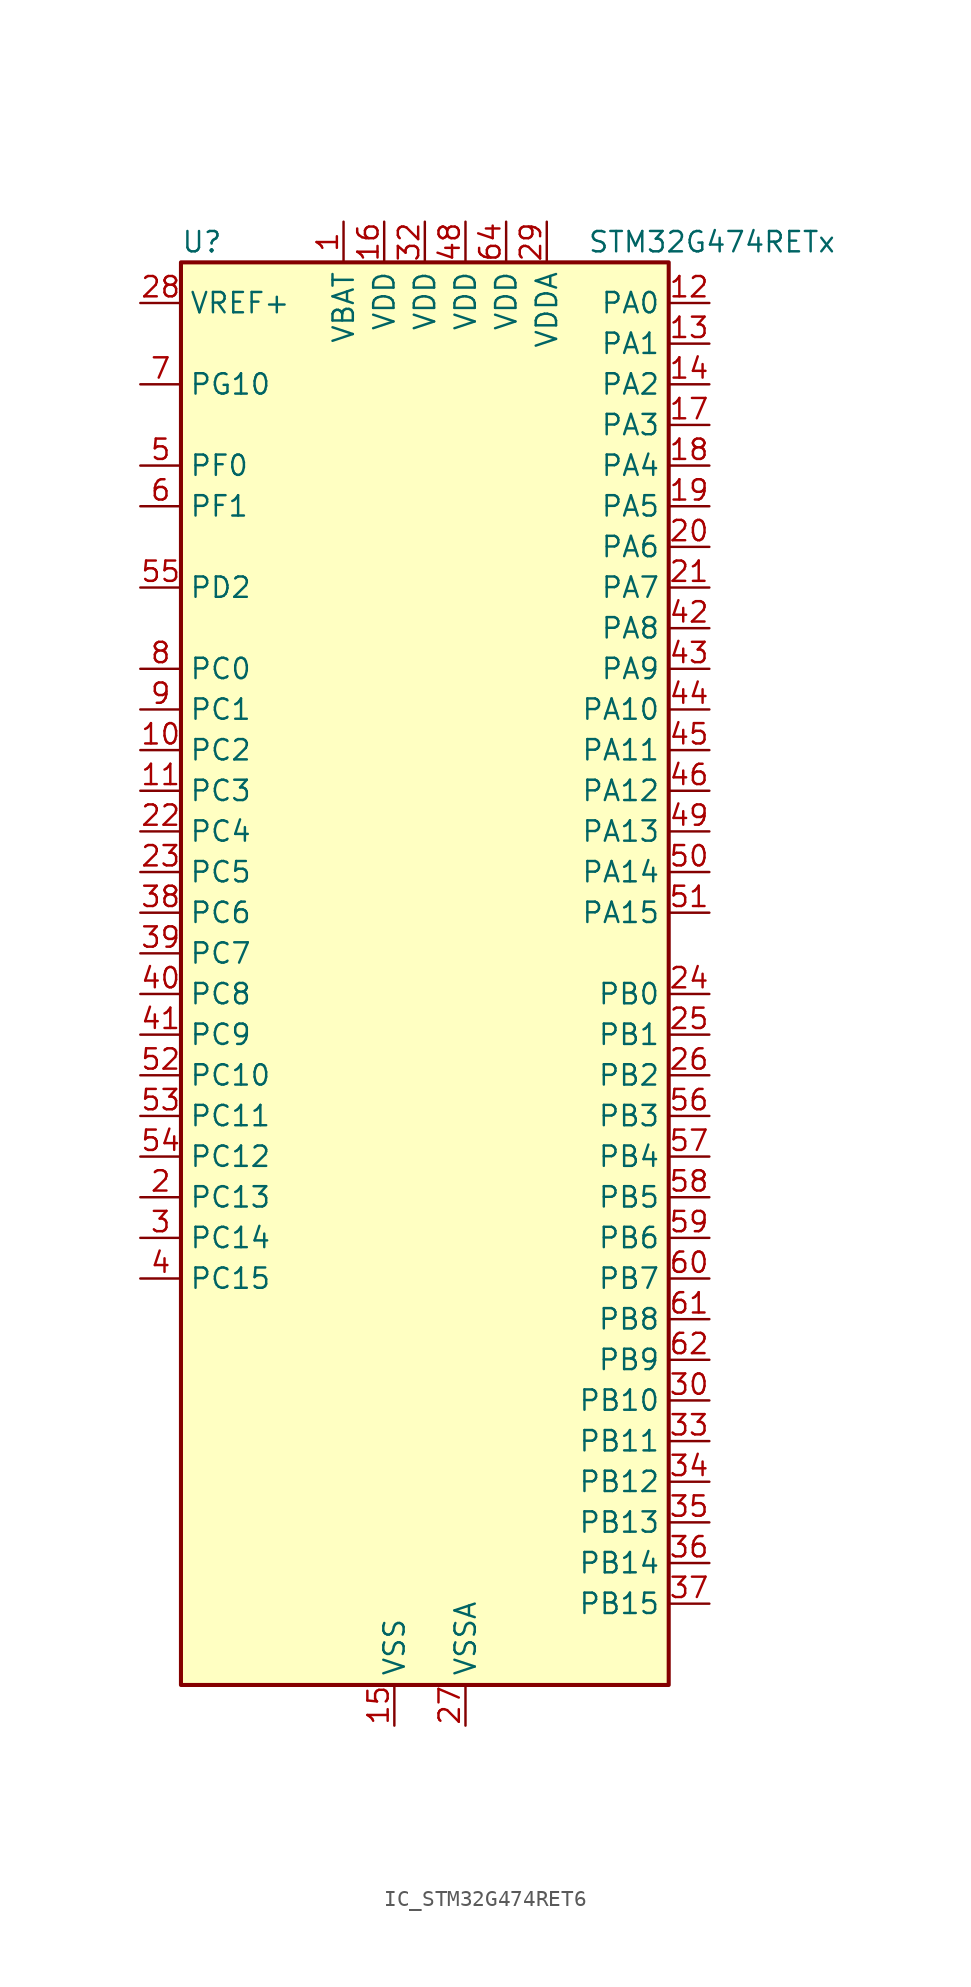
<source format=kicad_sym>
(kicad_symbol_lib
  (version 20220914)
  (generator kicad_symbol_editor)
  (symbol "IC_STM32G474RET6"
    (property "Reference" "U"
      (at -15.24 46.99 0)
      (effects (font (size 1.27 1.27)) (justify left)))
    (property "Value" "STM32G474RETx"
      (at 10.16 46.99 0)
      (effects (font (size 1.27 1.27)) (justify left)))
    (symbol "IC_STM32G474RET6_0_1"
      (rectangle (start -15.24 -43.18) (end 15.24 45.72) (stroke (width 0.254) (type default)) (fill (type background))))
    (symbol "IC_STM32G474RET6_1_1"
      (pin power_in line (at -5.08 48.26 270) (length 2.54) (name "VBAT" (effects (font (size 1.27 1.27)))) (number "1" (effects (font (size 1.27 1.27)))))
      (pin bidirectional line (at -17.78 15.24 0) (length 2.54) (name "PC2" (effects (font (size 1.27 1.27)))) (number "10" (effects (font (size 1.27 1.27)))) (alternate "ADC1_IN8" bidirectional line) (alternate "ADC2_IN8" bidirectional line) (alternate "ADC3_EXTI2" bidirectional line) (alternate "ADC4_EXTI2" bidirectional line) (alternate "ADC5_EXTI2" bidirectional line) (alternate "COMP3_OUT" bidirectional line) (alternate "LPTIM1_IN2" bidirectional line) (alternate "QUADSPI1_BK2_IO1" bidirectional line) (alternate "TIM1_CH3" bidirectional line) (alternate "TIM20_CH2" bidirectional line))
      (pin bidirectional line (at -17.78 12.7 0) (length 2.54) (name "PC3" (effects (font (size 1.27 1.27)))) (number "11" (effects (font (size 1.27 1.27)))) (alternate "ADC1_IN9" bidirectional line) (alternate "ADC2_IN9" bidirectional line) (alternate "ADC3_EXTI3" bidirectional line) (alternate "ADC4_EXTI3" bidirectional line) (alternate "ADC5_EXTI3" bidirectional line) (alternate "LPTIM1_ETR" bidirectional line) (alternate "OPAMP5_VINP" bidirectional line) (alternate "OPAMP5_VINP_SEC" bidirectional line) (alternate "QUADSPI1_BK2_IO2" bidirectional line) (alternate "SAI1_D1" bidirectional line) (alternate "SAI1_SD_A" bidirectional line) (alternate "TIM1_BKIN2" bidirectional line) (alternate "TIM1_CH4" bidirectional line))
      (pin bidirectional line (at 17.78 43.18 180) (length 2.54) (name "PA0" (effects (font (size 1.27 1.27)))) (number "12" (effects (font (size 1.27 1.27)))) (alternate "ADC1_IN1" bidirectional line) (alternate "ADC2_IN1" bidirectional line) (alternate "COMP1_INM" bidirectional line) (alternate "COMP1_OUT" bidirectional line) (alternate "COMP3_INP" bidirectional line) (alternate "RTC_TAMP2" bidirectional line) (alternate "SYS_WKUP1" bidirectional line) (alternate "TIM2_CH1" bidirectional line) (alternate "TIM2_ETR" bidirectional line) (alternate "TIM5_CH1" bidirectional line) (alternate "TIM8_BKIN" bidirectional line) (alternate "TIM8_ETR" bidirectional line) (alternate "USART2_CTS" bidirectional line) (alternate "USART2_NSS" bidirectional line))
      (pin bidirectional line (at 17.78 40.64 180) (length 2.54) (name "PA1" (effects (font (size 1.27 1.27)))) (number "13" (effects (font (size 1.27 1.27)))) (alternate "ADC1_IN2" bidirectional line) (alternate "ADC2_IN2" bidirectional line) (alternate "COMP1_INP" bidirectional line) (alternate "OPAMP1_VINP" bidirectional line) (alternate "OPAMP1_VINP_SEC" bidirectional line) (alternate "OPAMP3_VINP" bidirectional line) (alternate "OPAMP3_VINP_SEC" bidirectional line) (alternate "OPAMP6_VINM" bidirectional line) (alternate "OPAMP6_VINM0" bidirectional line) (alternate "OPAMP6_VINM_SEC" bidirectional line) (alternate "RTC_REFIN" bidirectional line) (alternate "TIM15_CH1N" bidirectional line) (alternate "TIM2_CH2" bidirectional line) (alternate "TIM5_CH2" bidirectional line) (alternate "USART2_DE" bidirectional line) (alternate "USART2_RTS" bidirectional line))
      (pin bidirectional line (at 17.78 38.1 180) (length 2.54) (name "PA2" (effects (font (size 1.27 1.27)))) (number "14" (effects (font (size 1.27 1.27)))) (alternate "ADC1_IN3" bidirectional line) (alternate "ADC3_EXTI2" bidirectional line) (alternate "ADC4_EXTI2" bidirectional line) (alternate "ADC5_EXTI2" bidirectional line) (alternate "COMP2_INM" bidirectional line) (alternate "COMP2_OUT" bidirectional line) (alternate "LPUART1_TX" bidirectional line) (alternate "OPAMP1_VOUT" bidirectional line) (alternate "QUADSPI1_BK1_NCS" bidirectional line) (alternate "RCC_LSCO" bidirectional line) (alternate "SYS_WKUP4" bidirectional line) (alternate "TIM15_CH1" bidirectional line) (alternate "TIM2_CH3" bidirectional line) (alternate "TIM5_CH3" bidirectional line) (alternate "UCPD1_FRSTX1" bidirectional line) (alternate "UCPD1_FRSTX2" bidirectional line) (alternate "USART2_TX" bidirectional line))
      (pin power_in line (at -1.905 -45.72 90) (length 2.54) (name "VSS" (effects (font (size 1.27 1.27)))) (number "15" (effects (font (size 1.27 1.27)))))
      (pin power_in line (at -2.54 48.26 270) (length 2.54) (name "VDD" (effects (font (size 1.27 1.27)))) (number "16" (effects (font (size 1.27 1.27)))))
      (pin bidirectional line (at 17.78 35.56 180) (length 2.54) (name "PA3" (effects (font (size 1.27 1.27)))) (number "17" (effects (font (size 1.27 1.27)))) (alternate "ADC1_IN4" bidirectional line) (alternate "ADC3_EXTI3" bidirectional line) (alternate "ADC4_EXTI3" bidirectional line) (alternate "ADC5_EXTI3" bidirectional line) (alternate "COMP2_INP" bidirectional line) (alternate "LPUART1_RX" bidirectional line) (alternate "OPAMP1_VINM" bidirectional line) (alternate "OPAMP1_VINM0" bidirectional line) (alternate "OPAMP1_VINM_SEC" bidirectional line) (alternate "OPAMP1_VINP" bidirectional line) (alternate "OPAMP1_VINP_SEC" bidirectional line) (alternate "OPAMP5_VINM" bidirectional line) (alternate "OPAMP5_VINM1" bidirectional line) (alternate "OPAMP5_VINM_SEC" bidirectional line) (alternate "QUADSPI1_CLK" bidirectional line) (alternate "SAI1_CK1" bidirectional line) (alternate "SAI1_MCLK_A" bidirectional line) (alternate "TIM15_CH2" bidirectional line) (alternate "TIM2_CH4" bidirectional line) (alternate "TIM5_CH4" bidirectional line) (alternate "USART2_RX" bidirectional line))
      (pin bidirectional line (at 17.78 33.02 180) (length 2.54) (name "PA4" (effects (font (size 1.27 1.27)))) (number "18" (effects (font (size 1.27 1.27)))) (alternate "ADC2_IN17" bidirectional line) (alternate "COMP1_INM" bidirectional line) (alternate "DAC1_OUT1" bidirectional line) (alternate "I2S3_WS" bidirectional line) (alternate "SAI1_FS_B" bidirectional line) (alternate "SPI1_NSS" bidirectional line) (alternate "SPI3_NSS" bidirectional line) (alternate "TIM3_CH2" bidirectional line) (alternate "USART2_CK" bidirectional line))
      (pin bidirectional line (at 17.78 30.48 180) (length 2.54) (name "PA5" (effects (font (size 1.27 1.27)))) (number "19" (effects (font (size 1.27 1.27)))) (alternate "ADC2_IN13" bidirectional line) (alternate "COMP2_INM" bidirectional line) (alternate "DAC1_OUT2" bidirectional line) (alternate "OPAMP2_VINM" bidirectional line) (alternate "OPAMP2_VINM0" bidirectional line) (alternate "OPAMP2_VINM_SEC" bidirectional line) (alternate "SPI1_SCK" bidirectional line) (alternate "TIM2_CH1" bidirectional line) (alternate "TIM2_ETR" bidirectional line) (alternate "UCPD1_FRSTX1" bidirectional line) (alternate "UCPD1_FRSTX2" bidirectional line))
      (pin bidirectional line (at -17.78 -12.7 0) (length 2.54) (name "PC13" (effects (font (size 1.27 1.27)))) (number "2" (effects (font (size 1.27 1.27)))) (alternate "RTC_OUT1" bidirectional line) (alternate "RTC_TAMP1" bidirectional line) (alternate "RTC_TS" bidirectional line) (alternate "SYS_WKUP2" bidirectional line) (alternate "TIM1_BKIN" bidirectional line) (alternate "TIM1_CH1N" bidirectional line) (alternate "TIM8_CH4N" bidirectional line))
      (pin bidirectional line (at 17.78 27.94 180) (length 2.54) (name "PA6" (effects (font (size 1.27 1.27)))) (number "20" (effects (font (size 1.27 1.27)))) (alternate "ADC2_IN3" bidirectional line) (alternate "COMP1_OUT" bidirectional line) (alternate "DAC2_OUT1" bidirectional line) (alternate "LPUART1_CTS" bidirectional line) (alternate "OPAMP2_VOUT" bidirectional line) (alternate "QUADSPI1_BK1_IO3" bidirectional line) (alternate "SPI1_MISO" bidirectional line) (alternate "TIM16_CH1" bidirectional line) (alternate "TIM1_BKIN" bidirectional line) (alternate "TIM3_CH1" bidirectional line) (alternate "TIM8_BKIN" bidirectional line))
      (pin bidirectional line (at 17.78 25.4 180) (length 2.54) (name "PA7" (effects (font (size 1.27 1.27)))) (number "21" (effects (font (size 1.27 1.27)))) (alternate "ADC2_IN4" bidirectional line) (alternate "COMP2_INP" bidirectional line) (alternate "COMP2_OUT" bidirectional line) (alternate "OPAMP1_VINP" bidirectional line) (alternate "OPAMP1_VINP_SEC" bidirectional line) (alternate "OPAMP2_VINP" bidirectional line) (alternate "OPAMP2_VINP_SEC" bidirectional line) (alternate "QUADSPI1_BK1_IO2" bidirectional line) (alternate "SPI1_MOSI" bidirectional line) (alternate "TIM17_CH1" bidirectional line) (alternate "TIM1_CH1N" bidirectional line) (alternate "TIM3_CH2" bidirectional line) (alternate "TIM8_CH1N" bidirectional line) (alternate "UCPD1_FRSTX1" bidirectional line) (alternate "UCPD1_FRSTX2" bidirectional line))
      (pin bidirectional line (at -17.78 10.16 0) (length 2.54) (name "PC4" (effects (font (size 1.27 1.27)))) (number "22" (effects (font (size 1.27 1.27)))) (alternate "ADC2_IN5" bidirectional line) (alternate "I2C2_SCL" bidirectional line) (alternate "QUADSPI1_BK2_IO3" bidirectional line) (alternate "TIM1_ETR" bidirectional line) (alternate "USART1_TX" bidirectional line))
      (pin bidirectional line (at -17.78 7.62 0) (length 2.54) (name "PC5" (effects (font (size 1.27 1.27)))) (number "23" (effects (font (size 1.27 1.27)))) (alternate "ADC2_IN11" bidirectional line) (alternate "HRTIM1_EEV10" bidirectional line) (alternate "OPAMP1_VINM" bidirectional line) (alternate "OPAMP1_VINM1" bidirectional line) (alternate "OPAMP1_VINM_SEC" bidirectional line) (alternate "OPAMP2_VINM" bidirectional line) (alternate "OPAMP2_VINM1" bidirectional line) (alternate "OPAMP2_VINM_SEC" bidirectional line) (alternate "SAI1_D3" bidirectional line) (alternate "SYS_WKUP5" bidirectional line) (alternate "TIM15_BKIN" bidirectional line) (alternate "TIM1_CH4N" bidirectional line) (alternate "USART1_RX" bidirectional line))
      (pin bidirectional line (at 17.78 0 180) (length 2.54) (name "PB0" (effects (font (size 1.27 1.27)))) (number "24" (effects (font (size 1.27 1.27)))) (alternate "ADC1_IN15" bidirectional line) (alternate "ADC3_IN12" bidirectional line) (alternate "COMP4_INP" bidirectional line) (alternate "HRTIM1_FLT5" bidirectional line) (alternate "OPAMP2_VINP" bidirectional line) (alternate "OPAMP2_VINP_SEC" bidirectional line) (alternate "OPAMP3_VINP" bidirectional line) (alternate "OPAMP3_VINP_SEC" bidirectional line) (alternate "QUADSPI1_BK1_IO1" bidirectional line) (alternate "TIM1_CH2N" bidirectional line) (alternate "TIM3_CH3" bidirectional line) (alternate "TIM8_CH2N" bidirectional line) (alternate "UCPD1_FRSTX1" bidirectional line) (alternate "UCPD1_FRSTX2" bidirectional line))
      (pin bidirectional line (at 17.78 -2.54 180) (length 2.54) (name "PB1" (effects (font (size 1.27 1.27)))) (number "25" (effects (font (size 1.27 1.27)))) (alternate "ADC1_IN12" bidirectional line) (alternate "ADC3_IN1" bidirectional line) (alternate "COMP1_INP" bidirectional line) (alternate "COMP4_OUT" bidirectional line) (alternate "HRTIM1_SCOUT" bidirectional line) (alternate "LPUART1_DE" bidirectional line) (alternate "LPUART1_RTS" bidirectional line) (alternate "OPAMP3_VOUT" bidirectional line) (alternate "OPAMP6_VINM" bidirectional line) (alternate "OPAMP6_VINM1" bidirectional line) (alternate "OPAMP6_VINM_SEC" bidirectional line) (alternate "QUADSPI1_BK1_IO0" bidirectional line) (alternate "TIM1_CH3N" bidirectional line) (alternate "TIM3_CH4" bidirectional line) (alternate "TIM8_CH3N" bidirectional line))
      (pin bidirectional line (at 17.78 -5.08 180) (length 2.54) (name "PB2" (effects (font (size 1.27 1.27)))) (number "26" (effects (font (size 1.27 1.27)))) (alternate "ADC2_IN12" bidirectional line) (alternate "ADC3_EXTI2" bidirectional line) (alternate "ADC4_EXTI2" bidirectional line) (alternate "ADC5_EXTI2" bidirectional line) (alternate "COMP4_INM" bidirectional line) (alternate "HRTIM1_SCIN" bidirectional line) (alternate "I2C3_SMBA" bidirectional line) (alternate "LPTIM1_OUT" bidirectional line) (alternate "OPAMP3_VINM" bidirectional line) (alternate "OPAMP3_VINM0" bidirectional line) (alternate "OPAMP3_VINM_SEC" bidirectional line) (alternate "QUADSPI1_BK2_IO1" bidirectional line) (alternate "RTC_OUT2" bidirectional line) (alternate "TIM20_CH1" bidirectional line) (alternate "TIM5_CH1" bidirectional line))
      (pin power_in line (at 2.54 -45.72 90) (length 2.54) (name "VSSA" (effects (font (size 1.27 1.27)))) (number "27" (effects (font (size 1.27 1.27)))))
      (pin input line (at -17.78 43.18 0) (length 2.54) (name "VREF+" (effects (font (size 1.27 1.27)))) (number "28" (effects (font (size 1.27 1.27)))) (alternate "VREFBUF_OUT" bidirectional line))
      (pin power_in line (at 7.62 48.26 270) (length 2.54) (name "VDDA" (effects (font (size 1.27 1.27)))) (number "29" (effects (font (size 1.27 1.27)))))
      (pin bidirectional line (at -17.78 -15.24 0) (length 2.54) (name "PC14" (effects (font (size 1.27 1.27)))) (number "3" (effects (font (size 1.27 1.27)))) (alternate "RCC_OSC32_IN" bidirectional line))
      (pin bidirectional line (at 17.78 -25.4 180) (length 2.54) (name "PB10" (effects (font (size 1.27 1.27)))) (number "30" (effects (font (size 1.27 1.27)))) (alternate "COMP5_INM" bidirectional line) (alternate "DAC1_EXTI10" bidirectional line) (alternate "DAC2_EXTI10" bidirectional line) (alternate "DAC3_EXTI10" bidirectional line) (alternate "DAC4_EXTI10" bidirectional line) (alternate "HRTIM1_FLT3" bidirectional line) (alternate "LPUART1_RX" bidirectional line) (alternate "OPAMP3_VINM" bidirectional line) (alternate "OPAMP3_VINM1" bidirectional line) (alternate "OPAMP3_VINM_SEC" bidirectional line) (alternate "OPAMP4_VINM" bidirectional line) (alternate "OPAMP4_VINM0" bidirectional line) (alternate "OPAMP4_VINM_SEC" bidirectional line) (alternate "QUADSPI1_CLK" bidirectional line) (alternate "SAI1_SCK_A" bidirectional line) (alternate "TIM1_BKIN" bidirectional line) (alternate "TIM2_CH3" bidirectional line) (alternate "USART3_TX" bidirectional line))
      (pin passive line (at -1.905 -45.72 90) (length 2.54) hide (name "VSS" (effects (font (size 1.27 1.27)))) (number "31" (effects (font (size 1.27 1.27)))))
      (pin power_in line (at 0 48.26 270) (length 2.54) (name "VDD" (effects (font (size 1.27 1.27)))) (number "32" (effects (font (size 1.27 1.27)))))
      (pin bidirectional line (at 17.78 -27.94 180) (length 2.54) (name "PB11" (effects (font (size 1.27 1.27)))) (number "33" (effects (font (size 1.27 1.27)))) (alternate "ADC1_EXTI11" bidirectional line) (alternate "ADC1_IN14" bidirectional line) (alternate "ADC2_EXTI11" bidirectional line) (alternate "ADC2_IN14" bidirectional line) (alternate "COMP6_INP" bidirectional line) (alternate "HRTIM1_FLT4" bidirectional line) (alternate "LPUART1_TX" bidirectional line) (alternate "OPAMP4_VINP" bidirectional line) (alternate "OPAMP4_VINP_SEC" bidirectional line) (alternate "OPAMP6_VOUT" bidirectional line) (alternate "QUADSPI1_BK1_NCS" bidirectional line) (alternate "TIM2_CH4" bidirectional line) (alternate "USART3_RX" bidirectional line))
      (pin bidirectional line (at 17.78 -30.48 180) (length 2.54) (name "PB12" (effects (font (size 1.27 1.27)))) (number "34" (effects (font (size 1.27 1.27)))) (alternate "ADC1_IN11" bidirectional line) (alternate "ADC4_IN3" bidirectional line) (alternate "COMP7_INM" bidirectional line) (alternate "FDCAN2_RX" bidirectional line) (alternate "HRTIM1_CHC1" bidirectional line) (alternate "I2C2_SMBA" bidirectional line) (alternate "I2S2_WS" bidirectional line) (alternate "LPUART1_DE" bidirectional line) (alternate "LPUART1_RTS" bidirectional line) (alternate "OPAMP4_VOUT" bidirectional line) (alternate "OPAMP6_VINP" bidirectional line) (alternate "OPAMP6_VINP_SEC" bidirectional line) (alternate "SPI2_NSS" bidirectional line) (alternate "TIM1_BKIN" bidirectional line) (alternate "TIM5_ETR" bidirectional line) (alternate "USART3_CK" bidirectional line))
      (pin bidirectional line (at 17.78 -33.02 180) (length 2.54) (name "PB13" (effects (font (size 1.27 1.27)))) (number "35" (effects (font (size 1.27 1.27)))) (alternate "ADC3_IN5" bidirectional line) (alternate "COMP5_INP" bidirectional line) (alternate "FDCAN2_TX" bidirectional line) (alternate "HRTIM1_CHC2" bidirectional line) (alternate "I2S2_CK" bidirectional line) (alternate "LPUART1_CTS" bidirectional line) (alternate "OPAMP3_VINP" bidirectional line) (alternate "OPAMP3_VINP_SEC" bidirectional line) (alternate "OPAMP4_VINP" bidirectional line) (alternate "OPAMP4_VINP_SEC" bidirectional line) (alternate "OPAMP6_VINP" bidirectional line) (alternate "OPAMP6_VINP_SEC" bidirectional line) (alternate "SPI2_SCK" bidirectional line) (alternate "TIM1_CH1N" bidirectional line) (alternate "USART3_CTS" bidirectional line) (alternate "USART3_NSS" bidirectional line))
      (pin bidirectional line (at 17.78 -35.56 180) (length 2.54) (name "PB14" (effects (font (size 1.27 1.27)))) (number "36" (effects (font (size 1.27 1.27)))) (alternate "ADC1_IN5" bidirectional line) (alternate "ADC4_IN4" bidirectional line) (alternate "COMP4_OUT" bidirectional line) (alternate "COMP7_INP" bidirectional line) (alternate "HRTIM1_CHD1" bidirectional line) (alternate "OPAMP2_VINP" bidirectional line) (alternate "OPAMP2_VINP_SEC" bidirectional line) (alternate "OPAMP5_VINP" bidirectional line) (alternate "OPAMP5_VINP_SEC" bidirectional line) (alternate "SPI2_MISO" bidirectional line) (alternate "TIM15_CH1" bidirectional line) (alternate "TIM1_CH2N" bidirectional line) (alternate "USART3_DE" bidirectional line) (alternate "USART3_RTS" bidirectional line))
      (pin bidirectional line (at 17.78 -38.1 180) (length 2.54) (name "PB15" (effects (font (size 1.27 1.27)))) (number "37" (effects (font (size 1.27 1.27)))) (alternate "ADC1_EXTI15" bidirectional line) (alternate "ADC2_EXTI15" bidirectional line) (alternate "ADC2_IN15" bidirectional line) (alternate "ADC4_IN5" bidirectional line) (alternate "COMP3_OUT" bidirectional line) (alternate "COMP6_INM" bidirectional line) (alternate "HRTIM1_CHD2" bidirectional line) (alternate "I2S2_SD" bidirectional line) (alternate "OPAMP5_VINM" bidirectional line) (alternate "OPAMP5_VINM0" bidirectional line) (alternate "OPAMP5_VINM_SEC" bidirectional line) (alternate "RTC_REFIN" bidirectional line) (alternate "SPI2_MOSI" bidirectional line) (alternate "TIM15_CH1N" bidirectional line) (alternate "TIM15_CH2" bidirectional line) (alternate "TIM1_CH3N" bidirectional line))
      (pin bidirectional line (at -17.78 5.08 0) (length 2.54) (name "PC6" (effects (font (size 1.27 1.27)))) (number "38" (effects (font (size 1.27 1.27)))) (alternate "COMP6_OUT" bidirectional line) (alternate "HRTIM1_CHF1" bidirectional line) (alternate "HRTIM1_EEV10" bidirectional line) (alternate "I2C4_SCL" bidirectional line) (alternate "I2S2_MCK" bidirectional line) (alternate "TIM3_CH1" bidirectional line) (alternate "TIM8_CH1" bidirectional line))
      (pin bidirectional line (at -17.78 2.54 0) (length 2.54) (name "PC7" (effects (font (size 1.27 1.27)))) (number "39" (effects (font (size 1.27 1.27)))) (alternate "COMP5_OUT" bidirectional line) (alternate "HRTIM1_CHF2" bidirectional line) (alternate "HRTIM1_FLT5" bidirectional line) (alternate "I2C4_SDA" bidirectional line) (alternate "I2S3_MCK" bidirectional line) (alternate "TIM3_CH2" bidirectional line) (alternate "TIM8_CH2" bidirectional line))
      (pin bidirectional line (at -17.78 -17.78 0) (length 2.54) (name "PC15" (effects (font (size 1.27 1.27)))) (number "4" (effects (font (size 1.27 1.27)))) (alternate "ADC1_EXTI15" bidirectional line) (alternate "ADC2_EXTI15" bidirectional line) (alternate "RCC_OSC32_OUT" bidirectional line))
      (pin bidirectional line (at -17.78 0 0) (length 2.54) (name "PC8" (effects (font (size 1.27 1.27)))) (number "40" (effects (font (size 1.27 1.27)))) (alternate "COMP7_OUT" bidirectional line) (alternate "HRTIM1_CHE1" bidirectional line) (alternate "I2C3_SCL" bidirectional line) (alternate "TIM20_CH3" bidirectional line) (alternate "TIM3_CH3" bidirectional line) (alternate "TIM8_CH3" bidirectional line))
      (pin bidirectional line (at -17.78 -2.54 0) (length 2.54) (name "PC9" (effects (font (size 1.27 1.27)))) (number "41" (effects (font (size 1.27 1.27)))) (alternate "DAC1_EXTI9" bidirectional line) (alternate "DAC2_EXTI9" bidirectional line) (alternate "DAC3_EXTI9" bidirectional line) (alternate "DAC4_EXTI9" bidirectional line) (alternate "HRTIM1_CHE2" bidirectional line) (alternate "I2C3_SDA" bidirectional line) (alternate "I2S_CKIN" bidirectional line) (alternate "TIM3_CH4" bidirectional line) (alternate "TIM8_BKIN2" bidirectional line) (alternate "TIM8_CH4" bidirectional line))
      (pin bidirectional line (at 17.78 22.86 180) (length 2.54) (name "PA8" (effects (font (size 1.27 1.27)))) (number "42" (effects (font (size 1.27 1.27)))) (alternate "ADC5_IN1" bidirectional line) (alternate "COMP7_OUT" bidirectional line) (alternate "FDCAN3_RX" bidirectional line) (alternate "HRTIM1_CHA1" bidirectional line) (alternate "I2C2_SDA" bidirectional line) (alternate "I2C3_SCL" bidirectional line) (alternate "I2S2_MCK" bidirectional line) (alternate "OPAMP5_VOUT" bidirectional line) (alternate "RCC_MCO" bidirectional line) (alternate "SAI1_CK2" bidirectional line) (alternate "SAI1_SCK_A" bidirectional line) (alternate "TIM1_CH1" bidirectional line) (alternate "TIM4_ETR" bidirectional line) (alternate "USART1_CK" bidirectional line))
      (pin bidirectional line (at 17.78 20.32 180) (length 2.54) (name "PA9" (effects (font (size 1.27 1.27)))) (number "43" (effects (font (size 1.27 1.27)))) (alternate "ADC5_IN2" bidirectional line) (alternate "COMP5_OUT" bidirectional line) (alternate "DAC1_EXTI9" bidirectional line) (alternate "DAC2_EXTI9" bidirectional line) (alternate "DAC3_EXTI9" bidirectional line) (alternate "DAC4_EXTI9" bidirectional line) (alternate "HRTIM1_CHA2" bidirectional line) (alternate "I2C2_SCL" bidirectional line) (alternate "I2C3_SMBA" bidirectional line) (alternate "I2S3_MCK" bidirectional line) (alternate "SAI1_FS_A" bidirectional line) (alternate "TIM15_BKIN" bidirectional line) (alternate "TIM1_CH2" bidirectional line) (alternate "TIM2_CH3" bidirectional line) (alternate "UCPD1_DBCC1" bidirectional line) (alternate "USART1_TX" bidirectional line))
      (pin bidirectional line (at 17.78 17.78 180) (length 2.54) (name "PA10" (effects (font (size 1.27 1.27)))) (number "44" (effects (font (size 1.27 1.27)))) (alternate "COMP6_OUT" bidirectional line) (alternate "CRS_SYNC" bidirectional line) (alternate "DAC1_EXTI10" bidirectional line) (alternate "DAC2_EXTI10" bidirectional line) (alternate "DAC3_EXTI10" bidirectional line) (alternate "DAC4_EXTI10" bidirectional line) (alternate "HRTIM1_CHB1" bidirectional line) (alternate "I2C2_SMBA" bidirectional line) (alternate "SAI1_D1" bidirectional line) (alternate "SAI1_SD_A" bidirectional line) (alternate "SPI2_MISO" bidirectional line) (alternate "TIM17_BKIN" bidirectional line) (alternate "TIM1_CH3" bidirectional line) (alternate "TIM2_CH4" bidirectional line) (alternate "TIM8_BKIN" bidirectional line) (alternate "UCPD1_DBCC2" bidirectional line) (alternate "USART1_RX" bidirectional line))
      (pin bidirectional line (at 17.78 15.24 180) (length 2.54) (name "PA11" (effects (font (size 1.27 1.27)))) (number "45" (effects (font (size 1.27 1.27)))) (alternate "ADC1_EXTI11" bidirectional line) (alternate "ADC2_EXTI11" bidirectional line) (alternate "COMP1_OUT" bidirectional line) (alternate "FDCAN1_RX" bidirectional line) (alternate "HRTIM1_CHB2" bidirectional line) (alternate "I2S2_SD" bidirectional line) (alternate "SPI2_MOSI" bidirectional line) (alternate "TIM1_BKIN2" bidirectional line) (alternate "TIM1_CH1N" bidirectional line) (alternate "TIM1_CH4" bidirectional line) (alternate "TIM4_CH1" bidirectional line) (alternate "USART1_CTS" bidirectional line) (alternate "USART1_NSS" bidirectional line) (alternate "USB_DM" bidirectional line))
      (pin bidirectional line (at 17.78 12.7 180) (length 2.54) (name "PA12" (effects (font (size 1.27 1.27)))) (number "46" (effects (font (size 1.27 1.27)))) (alternate "COMP2_OUT" bidirectional line) (alternate "FDCAN1_TX" bidirectional line) (alternate "HRTIM1_FLT1" bidirectional line) (alternate "I2S_CKIN" bidirectional line) (alternate "TIM16_CH1" bidirectional line) (alternate "TIM1_CH2N" bidirectional line) (alternate "TIM1_ETR" bidirectional line) (alternate "TIM4_CH2" bidirectional line) (alternate "USART1_DE" bidirectional line) (alternate "USART1_RTS" bidirectional line) (alternate "USB_DP" bidirectional line))
      (pin passive line (at -1.905 -45.72 90) (length 2.54) hide (name "VSS" (effects (font (size 1.27 1.27)))) (number "47" (effects (font (size 1.27 1.27)))))
      (pin power_in line (at 2.54 48.26 270) (length 2.54) (name "VDD" (effects (font (size 1.27 1.27)))) (number "48" (effects (font (size 1.27 1.27)))))
      (pin bidirectional line (at 17.78 10.16 180) (length 2.54) (name "PA13" (effects (font (size 1.27 1.27)))) (number "49" (effects (font (size 1.27 1.27)))) (alternate "I2C1_SCL" bidirectional line) (alternate "I2C4_SCL" bidirectional line) (alternate "IR_OUT" bidirectional line) (alternate "SAI1_SD_B" bidirectional line) (alternate "SYS_JTMS-SWDIO" bidirectional line) (alternate "TIM16_CH1N" bidirectional line) (alternate "TIM4_CH3" bidirectional line) (alternate "USART3_CTS" bidirectional line) (alternate "USART3_NSS" bidirectional line))
      (pin bidirectional line (at -17.78 33.02 0) (length 2.54) (name "PF0" (effects (font (size 1.27 1.27)))) (number "5" (effects (font (size 1.27 1.27)))) (alternate "ADC1_IN10" bidirectional line) (alternate "I2C2_SDA" bidirectional line) (alternate "I2S2_WS" bidirectional line) (alternate "RCC_OSC_IN" bidirectional line) (alternate "SPI2_NSS" bidirectional line) (alternate "TIM1_CH3N" bidirectional line))
      (pin bidirectional line (at 17.78 7.62 180) (length 2.54) (name "PA14" (effects (font (size 1.27 1.27)))) (number "50" (effects (font (size 1.27 1.27)))) (alternate "I2C1_SDA" bidirectional line) (alternate "I2C4_SMBA" bidirectional line) (alternate "LPTIM1_OUT" bidirectional line) (alternate "SAI1_FS_B" bidirectional line) (alternate "SYS_JTCK-SWCLK" bidirectional line) (alternate "TIM1_BKIN" bidirectional line) (alternate "TIM8_CH2" bidirectional line) (alternate "USART2_TX" bidirectional line))
      (pin bidirectional line (at 17.78 5.08 180) (length 2.54) (name "PA15" (effects (font (size 1.27 1.27)))) (number "51" (effects (font (size 1.27 1.27)))) (alternate "ADC1_EXTI15" bidirectional line) (alternate "ADC2_EXTI15" bidirectional line) (alternate "FDCAN3_TX" bidirectional line) (alternate "HRTIM1_FLT2" bidirectional line) (alternate "I2C1_SCL" bidirectional line) (alternate "I2S3_WS" bidirectional line) (alternate "SPI1_NSS" bidirectional line) (alternate "SPI3_NSS" bidirectional line) (alternate "SYS_JTDI" bidirectional line) (alternate "TIM1_BKIN" bidirectional line) (alternate "TIM2_CH1" bidirectional line) (alternate "TIM2_ETR" bidirectional line) (alternate "TIM8_CH1" bidirectional line) (alternate "UART4_DE" bidirectional line) (alternate "UART4_RTS" bidirectional line) (alternate "USART2_RX" bidirectional line))
      (pin bidirectional line (at -17.78 -5.08 0) (length 2.54) (name "PC10" (effects (font (size 1.27 1.27)))) (number "52" (effects (font (size 1.27 1.27)))) (alternate "DAC1_EXTI10" bidirectional line) (alternate "DAC2_EXTI10" bidirectional line) (alternate "DAC3_EXTI10" bidirectional line) (alternate "DAC4_EXTI10" bidirectional line) (alternate "HRTIM1_FLT6" bidirectional line) (alternate "I2S3_CK" bidirectional line) (alternate "SPI3_SCK" bidirectional line) (alternate "TIM8_CH1N" bidirectional line) (alternate "UART4_TX" bidirectional line) (alternate "USART3_TX" bidirectional line))
      (pin bidirectional line (at -17.78 -7.62 0) (length 2.54) (name "PC11" (effects (font (size 1.27 1.27)))) (number "53" (effects (font (size 1.27 1.27)))) (alternate "ADC1_EXTI11" bidirectional line) (alternate "ADC2_EXTI11" bidirectional line) (alternate "HRTIM1_EEV2" bidirectional line) (alternate "I2C3_SDA" bidirectional line) (alternate "SPI3_MISO" bidirectional line) (alternate "TIM8_CH2N" bidirectional line) (alternate "UART4_RX" bidirectional line) (alternate "USART3_RX" bidirectional line))
      (pin bidirectional line (at -17.78 -10.16 0) (length 2.54) (name "PC12" (effects (font (size 1.27 1.27)))) (number "54" (effects (font (size 1.27 1.27)))) (alternate "HRTIM1_EEV1" bidirectional line) (alternate "I2S3_SD" bidirectional line) (alternate "SPI3_MOSI" bidirectional line) (alternate "TIM5_CH2" bidirectional line) (alternate "TIM8_CH3N" bidirectional line) (alternate "UART5_TX" bidirectional line) (alternate "UCPD1_FRSTX1" bidirectional line) (alternate "UCPD1_FRSTX2" bidirectional line) (alternate "USART3_CK" bidirectional line))
      (pin bidirectional line (at -17.78 25.4 0) (length 2.54) (name "PD2" (effects (font (size 1.27 1.27)))) (number "55" (effects (font (size 1.27 1.27)))) (alternate "ADC3_EXTI2" bidirectional line) (alternate "ADC4_EXTI2" bidirectional line) (alternate "ADC5_EXTI2" bidirectional line) (alternate "TIM3_ETR" bidirectional line) (alternate "TIM8_BKIN" bidirectional line) (alternate "UART5_RX" bidirectional line))
      (pin bidirectional line (at 17.78 -7.62 180) (length 2.54) (name "PB3" (effects (font (size 1.27 1.27)))) (number "56" (effects (font (size 1.27 1.27)))) (alternate "ADC3_EXTI3" bidirectional line) (alternate "ADC4_EXTI3" bidirectional line) (alternate "ADC5_EXTI3" bidirectional line) (alternate "CRS_SYNC" bidirectional line) (alternate "FDCAN3_RX" bidirectional line) (alternate "HRTIM1_EEV9" bidirectional line) (alternate "HRTIM1_SCOUT" bidirectional line) (alternate "I2S3_CK" bidirectional line) (alternate "SAI1_SCK_B" bidirectional line) (alternate "SPI1_SCK" bidirectional line) (alternate "SPI3_SCK" bidirectional line) (alternate "SYS_JTDO-SWO" bidirectional line) (alternate "TIM2_CH2" bidirectional line) (alternate "TIM3_ETR" bidirectional line) (alternate "TIM4_ETR" bidirectional line) (alternate "TIM8_CH1N" bidirectional line) (alternate "USART2_TX" bidirectional line))
      (pin bidirectional line (at 17.78 -10.16 180) (length 2.54) (name "PB4" (effects (font (size 1.27 1.27)))) (number "57" (effects (font (size 1.27 1.27)))) (alternate "FDCAN3_TX" bidirectional line) (alternate "HRTIM1_EEV7" bidirectional line) (alternate "SAI1_MCLK_B" bidirectional line) (alternate "SPI1_MISO" bidirectional line) (alternate "SPI3_MISO" bidirectional line) (alternate "SYS_JTRST" bidirectional line) (alternate "TIM16_CH1" bidirectional line) (alternate "TIM17_BKIN" bidirectional line) (alternate "TIM3_CH1" bidirectional line) (alternate "TIM8_CH2N" bidirectional line) (alternate "UART5_DE" bidirectional line) (alternate "UART5_RTS" bidirectional line) (alternate "UCPD1_CC2" bidirectional line) (alternate "USART2_RX" bidirectional line))
      (pin bidirectional line (at 17.78 -12.7 180) (length 2.54) (name "PB5" (effects (font (size 1.27 1.27)))) (number "58" (effects (font (size 1.27 1.27)))) (alternate "FDCAN2_RX" bidirectional line) (alternate "HRTIM1_EEV6" bidirectional line) (alternate "I2C1_SMBA" bidirectional line) (alternate "I2C3_SDA" bidirectional line) (alternate "I2S3_SD" bidirectional line) (alternate "LPTIM1_IN1" bidirectional line) (alternate "SAI1_SD_B" bidirectional line) (alternate "SPI1_MOSI" bidirectional line) (alternate "SPI3_MOSI" bidirectional line) (alternate "TIM16_BKIN" bidirectional line) (alternate "TIM17_CH1" bidirectional line) (alternate "TIM3_CH2" bidirectional line) (alternate "TIM8_CH3N" bidirectional line) (alternate "UART5_CTS" bidirectional line) (alternate "USART2_CK" bidirectional line))
      (pin bidirectional line (at 17.78 -15.24 180) (length 2.54) (name "PB6" (effects (font (size 1.27 1.27)))) (number "59" (effects (font (size 1.27 1.27)))) (alternate "COMP4_OUT" bidirectional line) (alternate "FDCAN2_TX" bidirectional line) (alternate "HRTIM1_EEV4" bidirectional line) (alternate "HRTIM1_SCIN" bidirectional line) (alternate "LPTIM1_ETR" bidirectional line) (alternate "SAI1_FS_B" bidirectional line) (alternate "TIM16_CH1N" bidirectional line) (alternate "TIM4_CH1" bidirectional line) (alternate "TIM8_BKIN2" bidirectional line) (alternate "TIM8_CH1" bidirectional line) (alternate "TIM8_ETR" bidirectional line) (alternate "UCPD1_CC1" bidirectional line) (alternate "USART1_TX" bidirectional line))
      (pin bidirectional line (at -17.78 30.48 0) (length 2.54) (name "PF1" (effects (font (size 1.27 1.27)))) (number "6" (effects (font (size 1.27 1.27)))) (alternate "ADC2_IN10" bidirectional line) (alternate "COMP3_INM" bidirectional line) (alternate "I2S2_CK" bidirectional line) (alternate "RCC_OSC_OUT" bidirectional line) (alternate "SPI2_SCK" bidirectional line))
      (pin bidirectional line (at 17.78 -17.78 180) (length 2.54) (name "PB7" (effects (font (size 1.27 1.27)))) (number "60" (effects (font (size 1.27 1.27)))) (alternate "COMP3_OUT" bidirectional line) (alternate "HRTIM1_EEV3" bidirectional line) (alternate "I2C1_SDA" bidirectional line) (alternate "I2C4_SDA" bidirectional line) (alternate "LPTIM1_IN2" bidirectional line) (alternate "SYS_PVD_IN" bidirectional line) (alternate "TIM17_CH1N" bidirectional line) (alternate "TIM3_CH4" bidirectional line) (alternate "TIM4_CH2" bidirectional line) (alternate "TIM8_BKIN" bidirectional line) (alternate "UART4_CTS" bidirectional line) (alternate "USART1_RX" bidirectional line))
      (pin bidirectional line (at 17.78 -20.32 180) (length 2.54) (name "PB8" (effects (font (size 1.27 1.27)))) (number "61" (effects (font (size 1.27 1.27)))) (alternate "COMP1_OUT" bidirectional line) (alternate "FDCAN1_RX" bidirectional line) (alternate "HRTIM1_EEV8" bidirectional line) (alternate "I2C1_SCL" bidirectional line) (alternate "SAI1_CK1" bidirectional line) (alternate "SAI1_MCLK_A" bidirectional line) (alternate "TIM16_CH1" bidirectional line) (alternate "TIM1_BKIN" bidirectional line) (alternate "TIM4_CH3" bidirectional line) (alternate "TIM8_CH2" bidirectional line) (alternate "USART3_RX" bidirectional line))
      (pin bidirectional line (at 17.78 -22.86 180) (length 2.54) (name "PB9" (effects (font (size 1.27 1.27)))) (number "62" (effects (font (size 1.27 1.27)))) (alternate "COMP2_OUT" bidirectional line) (alternate "DAC1_EXTI9" bidirectional line) (alternate "DAC2_EXTI9" bidirectional line) (alternate "DAC3_EXTI9" bidirectional line) (alternate "DAC4_EXTI9" bidirectional line) (alternate "FDCAN1_TX" bidirectional line) (alternate "HRTIM1_EEV5" bidirectional line) (alternate "I2C1_SDA" bidirectional line) (alternate "IR_OUT" bidirectional line) (alternate "SAI1_D2" bidirectional line) (alternate "SAI1_FS_A" bidirectional line) (alternate "TIM17_CH1" bidirectional line) (alternate "TIM1_CH3N" bidirectional line) (alternate "TIM4_CH4" bidirectional line) (alternate "TIM8_CH3" bidirectional line) (alternate "USART3_TX" bidirectional line))
      (pin passive line (at -1.905 -45.72 90) (length 2.54) hide (name "VSS" (effects (font (size 1.27 1.27)))) (number "63" (effects (font (size 1.27 1.27)))))
      (pin power_in line (at 5.08 48.26 270) (length 2.54) (name "VDD" (effects (font (size 1.27 1.27)))) (number "64" (effects (font (size 1.27 1.27)))))
      (pin bidirectional line (at -17.78 38.1 0) (length 2.54) (name "PG10" (effects (font (size 1.27 1.27)))) (number "7" (effects (font (size 1.27 1.27)))) (alternate "DAC1_EXTI10" bidirectional line) (alternate "DAC2_EXTI10" bidirectional line) (alternate "DAC3_EXTI10" bidirectional line) (alternate "DAC4_EXTI10" bidirectional line) (alternate "RCC_MCO" bidirectional line))
      (pin bidirectional line (at -17.78 20.32 0) (length 2.54) (name "PC0" (effects (font (size 1.27 1.27)))) (number "8" (effects (font (size 1.27 1.27)))) (alternate "ADC1_IN6" bidirectional line) (alternate "ADC2_IN6" bidirectional line) (alternate "COMP3_INM" bidirectional line) (alternate "LPTIM1_IN1" bidirectional line) (alternate "LPUART1_RX" bidirectional line) (alternate "TIM1_CH1" bidirectional line))
      (pin bidirectional line (at -17.78 17.78 0) (length 2.54) (name "PC1" (effects (font (size 1.27 1.27)))) (number "9" (effects (font (size 1.27 1.27)))) (alternate "ADC1_IN7" bidirectional line) (alternate "ADC2_IN7" bidirectional line) (alternate "COMP3_INP" bidirectional line) (alternate "LPTIM1_OUT" bidirectional line) (alternate "LPUART1_TX" bidirectional line) (alternate "QUADSPI1_BK2_IO0" bidirectional line) (alternate "SAI1_SD_A" bidirectional line) (alternate "TIM1_CH2" bidirectional line)))))
</source>
